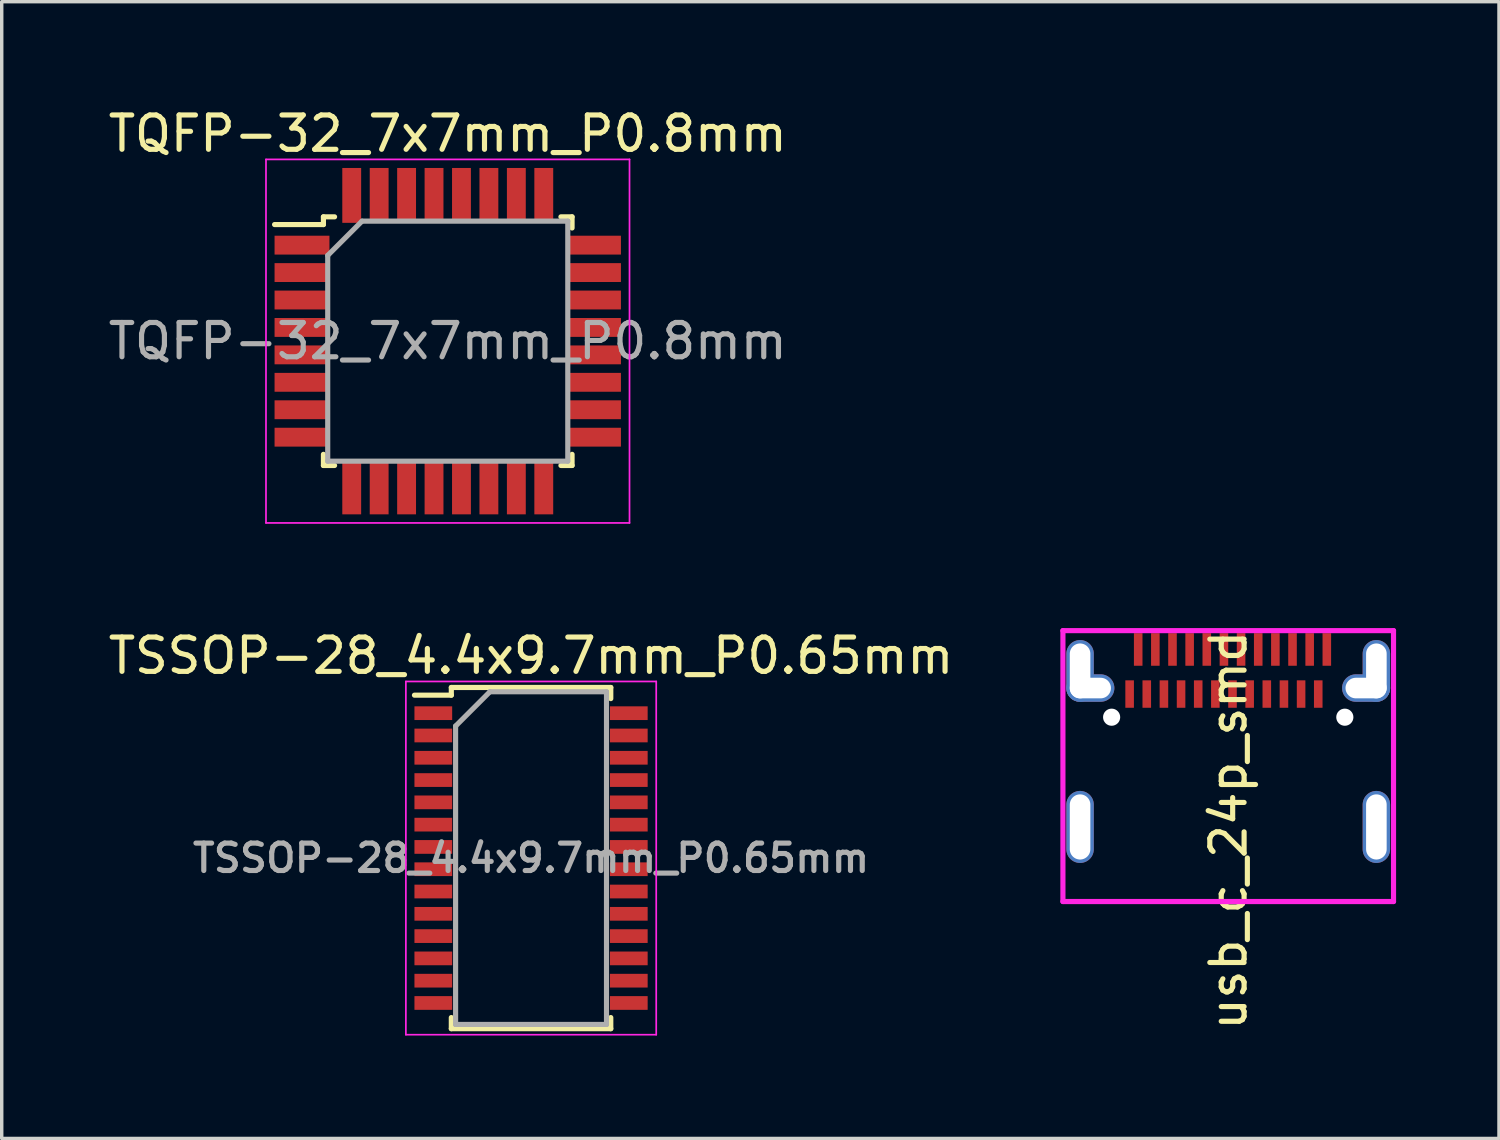
<source format=kicad_pcb>
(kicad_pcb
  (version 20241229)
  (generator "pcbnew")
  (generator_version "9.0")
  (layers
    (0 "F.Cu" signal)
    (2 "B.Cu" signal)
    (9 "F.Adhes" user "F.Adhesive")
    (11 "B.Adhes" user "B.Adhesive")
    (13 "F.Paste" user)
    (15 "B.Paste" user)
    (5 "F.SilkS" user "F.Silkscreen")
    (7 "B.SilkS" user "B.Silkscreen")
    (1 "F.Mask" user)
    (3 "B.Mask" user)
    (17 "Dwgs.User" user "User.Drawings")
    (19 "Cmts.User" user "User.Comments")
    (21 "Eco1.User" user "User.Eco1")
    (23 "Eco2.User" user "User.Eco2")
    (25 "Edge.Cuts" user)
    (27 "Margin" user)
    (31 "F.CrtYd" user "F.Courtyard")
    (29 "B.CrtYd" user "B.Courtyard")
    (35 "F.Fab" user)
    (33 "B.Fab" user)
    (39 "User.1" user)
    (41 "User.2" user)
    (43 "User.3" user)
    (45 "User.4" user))
  (footprint "TSSOP-28_4.4x9.7mm_P0.65mm"
    (layer "F.Cu")
    (at 12.435 21.971)
    (property "Reference" "TSSOP-28_4.4x9.7mm_P0.65mm" (at 0 -5.9 0) (layer "F.SilkS") (effects (font (size 1 1) (thickness 0.15))))
    (attr smd)
    (fp_line (start -2.325 -4.975) (end -2.325 -4.75) (stroke (width 0.15) (type solid)) (layer "F.SilkS"))
    (fp_line (start -2.325 -4.975) (end 2.325 -4.975) (stroke (width 0.15) (type solid)) (layer "F.SilkS"))
    (fp_line (start -2.325 -4.75) (end -3.4 -4.75) (stroke (width 0.15) (type solid)) (layer "F.SilkS"))
    (fp_line (start -2.325 4.975) (end -2.325 4.65) (stroke (width 0.15) (type solid)) (layer "F.SilkS"))
    (fp_line (start -2.325 4.975) (end 2.325 4.975) (stroke (width 0.15) (type solid)) (layer "F.SilkS"))
    (fp_line (start 2.325 -4.975) (end 2.325 -4.65) (stroke (width 0.15) (type solid)) (layer "F.SilkS"))
    (fp_line (start 2.325 4.975) (end 2.325 4.65) (stroke (width 0.15) (type solid)) (layer "F.SilkS"))
    (fp_line (start -3.65 -5.15) (end -3.65 5.15) (stroke (width 0.05) (type solid)) (layer "F.CrtYd"))
    (fp_line (start -3.65 -5.15) (end 3.65 -5.15) (stroke (width 0.05) (type solid)) (layer "F.CrtYd"))
    (fp_line (start -3.65 5.15) (end 3.65 5.15) (stroke (width 0.05) (type solid)) (layer "F.CrtYd"))
    (fp_line (start 3.65 -5.15) (end 3.65 5.15) (stroke (width 0.05) (type solid)) (layer "F.CrtYd"))
    (fp_line (start -2.2 -3.85) (end -1.2 -4.85) (stroke (width 0.15) (type solid)) (layer "F.Fab"))
    (fp_line (start -2.2 4.85) (end -2.2 -3.85) (stroke (width 0.15) (type solid)) (layer "F.Fab"))
    (fp_line (start -1.2 -4.85) (end 2.2 -4.85) (stroke (width 0.15) (type solid)) (layer "F.Fab"))
    (fp_line (start 2.2 -4.85) (end 2.2 4.85) (stroke (width 0.15) (type solid)) (layer "F.Fab"))
    (fp_line (start 2.2 4.85) (end -2.2 4.85) (stroke (width 0.15) (type solid)) (layer "F.Fab"))
    (fp_text user "${REFERENCE}" (at 0 0 0) (layer "F.Fab") (effects (font (size 0.8 0.8) (thickness 0.15))))
    (pad "1" smd rect (at -2.85 -4.225) (size 1.1 0.4) (layers "F.Cu" "F.Mask" "F.Paste"))
    (pad "2" smd rect (at -2.85 -3.575) (size 1.1 0.4) (layers "F.Cu" "F.Mask" "F.Paste"))
    (pad "3" smd rect (at -2.85 -2.925) (size 1.1 0.4) (layers "F.Cu" "F.Mask" "F.Paste"))
    (pad "4" smd rect (at -2.85 -2.275) (size 1.1 0.4) (layers "F.Cu" "F.Mask" "F.Paste"))
    (pad "5" smd rect (at -2.85 -1.625) (size 1.1 0.4) (layers "F.Cu" "F.Mask" "F.Paste"))
    (pad "6" smd rect (at -2.85 -0.975) (size 1.1 0.4) (layers "F.Cu" "F.Mask" "F.Paste"))
    (pad "7" smd rect (at -2.85 -0.325) (size 1.1 0.4) (layers "F.Cu" "F.Mask" "F.Paste"))
    (pad "8" smd rect (at -2.85 0.325) (size 1.1 0.4) (layers "F.Cu" "F.Mask" "F.Paste"))
    (pad "9" smd rect (at -2.85 0.975) (size 1.1 0.4) (layers "F.Cu" "F.Mask" "F.Paste"))
    (pad "10" smd rect (at -2.85 1.625) (size 1.1 0.4) (layers "F.Cu" "F.Mask" "F.Paste"))
    (pad "11" smd rect (at -2.85 2.275) (size 1.1 0.4) (layers "F.Cu" "F.Mask" "F.Paste"))
    (pad "12" smd rect (at -2.85 2.925) (size 1.1 0.4) (layers "F.Cu" "F.Mask" "F.Paste"))
    (pad "13" smd rect (at -2.85 3.575) (size 1.1 0.4) (layers "F.Cu" "F.Mask" "F.Paste"))
    (pad "14" smd rect (at -2.85 4.225) (size 1.1 0.4) (layers "F.Cu" "F.Mask" "F.Paste"))
    (pad "15" smd rect (at 2.85 4.225) (size 1.1 0.4) (layers "F.Cu" "F.Mask" "F.Paste"))
    (pad "16" smd rect (at 2.85 3.575) (size 1.1 0.4) (layers "F.Cu" "F.Mask" "F.Paste"))
    (pad "17" smd rect (at 2.85 2.925) (size 1.1 0.4) (layers "F.Cu" "F.Mask" "F.Paste"))
    (pad "18" smd rect (at 2.85 2.275) (size 1.1 0.4) (layers "F.Cu" "F.Mask" "F.Paste"))
    (pad "19" smd rect (at 2.85 1.625) (size 1.1 0.4) (layers "F.Cu" "F.Mask" "F.Paste"))
    (pad "20" smd rect (at 2.85 0.975) (size 1.1 0.4) (layers "F.Cu" "F.Mask" "F.Paste"))
    (pad "21" smd rect (at 2.85 0.325) (size 1.1 0.4) (layers "F.Cu" "F.Mask" "F.Paste"))
    (pad "22" smd rect (at 2.85 -0.325) (size 1.1 0.4) (layers "F.Cu" "F.Mask" "F.Paste"))
    (pad "23" smd rect (at 2.85 -0.975) (size 1.1 0.4) (layers "F.Cu" "F.Mask" "F.Paste"))
    (pad "24" smd rect (at 2.85 -1.625) (size 1.1 0.4) (layers "F.Cu" "F.Mask" "F.Paste"))
    (pad "25" smd rect (at 2.85 -2.275) (size 1.1 0.4) (layers "F.Cu" "F.Mask" "F.Paste"))
    (pad "26" smd rect (at 2.85 -2.925) (size 1.1 0.4) (layers "F.Cu" "F.Mask" "F.Paste"))
    (pad "27" smd rect (at 2.85 -3.575) (size 1.1 0.4) (layers "F.Cu" "F.Mask" "F.Paste"))
    (pad "28" smd rect (at 2.85 -4.225) (size 1.1 0.4) (layers "F.Cu" "F.Mask" "F.Paste")))
  (footprint "usb_c_24p_smd"
    (layer "F.Cu")
    (at 32.764 18.788)
    (property "Reference" "usb_c_24p_smd" (at 0.008 2.37 90) (layer "F.SilkS") (effects (font (size 1 1) (thickness 0.15))))
    (attr through_hole)
    (fp_line (start -4.82 -3.45) (end -4.82 4.45) (stroke (width 0.15) (type solid)) (layer "F.CrtYd"))
    (fp_line (start -4.82 -3.45) (end 4.82 -3.45) (stroke (width 0.15) (type solid)) (layer "F.CrtYd"))
    (fp_line (start -4.82 4.45) (end 4.82 4.45) (stroke (width 0.15) (type solid)) (layer "F.CrtYd"))
    (fp_line (start 4.82 -3.45) (end 4.82 4.45) (stroke (width 0.15) (type solid)) (layer "F.CrtYd"))
    (pad "" np_thru_hole circle (at -3.4 -0.925) (size 0.5 0.5) (drill 0.5) (layers "*.Cu" "*.Mask"))
    (pad "" np_thru_hole circle (at 3.4 -0.925) (size 0.5 0.5) (drill 0.5) (layers "*.Cu" "*.Mask"))
    (pad "A1" smd rect (at -2.625 -2.9) (size 0.25 0.95) (layers "F.Cu" "F.Mask" "F.Paste"))
    (pad "A2" smd rect (at -2.125 -2.9) (size 0.25 0.95) (layers "F.Cu" "F.Mask" "F.Paste"))
    (pad "A3" smd rect (at -1.625 -2.9) (size 0.25 0.95) (layers "F.Cu" "F.Mask" "F.Paste"))
    (pad "A4" smd rect (at -1.125 -2.9) (size 0.25 0.95) (layers "F.Cu" "F.Mask" "F.Paste"))
    (pad "A5" smd rect (at -0.625 -2.9) (size 0.25 0.95) (layers "F.Cu" "F.Mask" "F.Paste"))
    (pad "A6" smd rect (at -0.125 -2.9) (size 0.25 0.95) (layers "F.Cu" "F.Mask" "F.Paste"))
    (pad "A7" smd rect (at 0.375 -2.9) (size 0.25 0.95) (layers "F.Cu" "F.Mask" "F.Paste"))
    (pad "A8" smd rect (at 0.875 -2.9) (size 0.25 0.95) (layers "F.Cu" "F.Mask" "F.Paste"))
    (pad "A9" smd rect (at 1.375 -2.9) (size 0.25 0.95) (layers "F.Cu" "F.Mask" "F.Paste"))
    (pad "A10" smd rect (at 1.875 -2.9) (size 0.25 0.95) (layers "F.Cu" "F.Mask" "F.Paste"))
    (pad "A11" smd rect (at 2.375 -2.9) (size 0.25 0.95) (layers "F.Cu" "F.Mask" "F.Paste"))
    (pad "A12" smd rect (at 2.875 -2.9) (size 0.25 0.95) (layers "F.Cu" "F.Mask" "F.Paste"))
    (pad "B1" smd rect (at 2.625 -1.6) (size 0.25 0.8) (layers "F.Cu" "F.Mask" "F.Paste"))
    (pad "B2" smd rect (at 2.125 -1.6) (size 0.25 0.8) (layers "F.Cu" "F.Mask" "F.Paste"))
    (pad "B3" smd rect (at 1.625 -1.6) (size 0.25 0.8) (layers "F.Cu" "F.Mask" "F.Paste"))
    (pad "B4" smd rect (at 1.125 -1.6) (size 0.25 0.8) (layers "F.Cu" "F.Mask" "F.Paste"))
    (pad "B5" smd rect (at 0.625 -1.6) (size 0.25 0.8) (layers "F.Cu" "F.Mask" "F.Paste"))
    (pad "B6" smd rect (at 0.125 -1.6) (size 0.25 0.8) (layers "F.Cu" "F.Mask" "F.Paste"))
    (pad "B7" smd rect (at -0.375 -1.6) (size 0.25 0.8) (layers "F.Cu" "F.Mask" "F.Paste"))
    (pad "B8" smd rect (at -0.875 -1.6) (size 0.25 0.8) (layers "F.Cu" "F.Mask" "F.Paste"))
    (pad "B9" smd rect (at -1.375 -1.6) (size 0.25 0.8) (layers "F.Cu" "F.Mask" "F.Paste"))
    (pad "B10" smd rect (at -1.875 -1.6) (size 0.25 0.8) (layers "F.Cu" "F.Mask" "F.Paste"))
    (pad "B11" smd rect (at -2.375 -1.6) (size 0.25 0.8) (layers "F.Cu" "F.Mask" "F.Paste"))
    (pad "B12" smd rect (at -2.875 -1.6) (size 0.25 0.8) (layers "F.Cu" "F.Mask" "F.Paste"))
    (pad "s1" thru_hole oval (at -4.32 -2.275) (size 0.8 1.8) (drill oval 0.6 1.6) (layers "*.Cu" "*.Mask"))
    (pad "s1" thru_hole oval (at -4.32 2.275) (size 0.8 2.1) (drill oval 0.6 1.9) (layers "*.Cu" "*.Mask"))
    (pad "s1" thru_hole oval (at -4.02 -1.775) (size 1.4 0.8) (drill oval 1.2 0.6) (layers "*.Cu" "*.Mask"))
    (pad "s1" thru_hole oval (at 4.02 -1.775) (size 1.4 0.8) (drill oval 1.2 0.6) (layers "*.Cu" "*.Mask"))
    (pad "s1" thru_hole oval (at 4.32 -2.275) (size 0.8 1.8) (drill oval 0.6 1.6) (layers "*.Cu" "*.Mask"))
    (pad "s1" thru_hole oval (at 4.32 2.275) (size 0.8 2.1) (drill oval 0.6 1.9) (layers "*.Cu" "*.Mask")))
  (footprint "TQFP-32_7x7mm_P0.8mm"
    (layer "F.Cu")
    (at 10.006 6.898)
    (property "Reference" "TQFP-32_7x7mm_P0.8mm" (at 0 -6.05 0) (layer "F.SilkS") (effects (font (size 1 1) (thickness 0.15))))
    (attr smd)
    (fp_line (start -3.625 -3.625) (end -3.625 -3.4) (stroke (width 0.15) (type solid)) (layer "F.SilkS"))
    (fp_line (start -3.625 -3.625) (end -3.3 -3.625) (stroke (width 0.15) (type solid)) (layer "F.SilkS"))
    (fp_line (start -3.625 -3.4) (end -5.05 -3.4) (stroke (width 0.15) (type solid)) (layer "F.SilkS"))
    (fp_line (start -3.625 3.625) (end -3.625 3.3) (stroke (width 0.15) (type solid)) (layer "F.SilkS"))
    (fp_line (start -3.625 3.625) (end -3.3 3.625) (stroke (width 0.15) (type solid)) (layer "F.SilkS"))
    (fp_line (start 3.625 -3.625) (end 3.3 -3.625) (stroke (width 0.15) (type solid)) (layer "F.SilkS"))
    (fp_line (start 3.625 -3.625) (end 3.625 -3.3) (stroke (width 0.15) (type solid)) (layer "F.SilkS"))
    (fp_line (start 3.625 3.625) (end 3.3 3.625) (stroke (width 0.15) (type solid)) (layer "F.SilkS"))
    (fp_line (start 3.625 3.625) (end 3.625 3.3) (stroke (width 0.15) (type solid)) (layer "F.SilkS"))
    (fp_line (start -5.3 -5.3) (end -5.3 5.3) (stroke (width 0.05) (type solid)) (layer "F.CrtYd"))
    (fp_line (start -5.3 -5.3) (end 5.3 -5.3) (stroke (width 0.05) (type solid)) (layer "F.CrtYd"))
    (fp_line (start -5.3 5.3) (end 5.3 5.3) (stroke (width 0.05) (type solid)) (layer "F.CrtYd"))
    (fp_line (start 5.3 -5.3) (end 5.3 5.3) (stroke (width 0.05) (type solid)) (layer "F.CrtYd"))
    (fp_line (start -3.5 -2.5) (end -2.5 -3.5) (stroke (width 0.15) (type solid)) (layer "F.Fab"))
    (fp_line (start -3.5 3.5) (end -3.5 -2.5) (stroke (width 0.15) (type solid)) (layer "F.Fab"))
    (fp_line (start -2.5 -3.5) (end 3.5 -3.5) (stroke (width 0.15) (type solid)) (layer "F.Fab"))
    (fp_line (start 3.5 -3.5) (end 3.5 3.5) (stroke (width 0.15) (type solid)) (layer "F.Fab"))
    (fp_line (start 3.5 3.5) (end -3.5 3.5) (stroke (width 0.15) (type solid)) (layer "F.Fab"))
    (fp_text user "${REFERENCE}" (at 0 0 0) (layer "F.Fab") (effects (font (size 1 1) (thickness 0.15))))
    (pad "1" smd rect (at -4.25 -2.8) (size 1.6 0.55) (layers "F.Cu" "F.Mask" "F.Paste"))
    (pad "2" smd rect (at -4.25 -2) (size 1.6 0.55) (layers "F.Cu" "F.Mask" "F.Paste"))
    (pad "3" smd rect (at -4.25 -1.2) (size 1.6 0.55) (layers "F.Cu" "F.Mask" "F.Paste"))
    (pad "4" smd rect (at -4.25 -0.4) (size 1.6 0.55) (layers "F.Cu" "F.Mask" "F.Paste"))
    (pad "5" smd rect (at -4.25 0.4) (size 1.6 0.55) (layers "F.Cu" "F.Mask" "F.Paste"))
    (pad "6" smd rect (at -4.25 1.2) (size 1.6 0.55) (layers "F.Cu" "F.Mask" "F.Paste"))
    (pad "7" smd rect (at -4.25 2) (size 1.6 0.55) (layers "F.Cu" "F.Mask" "F.Paste"))
    (pad "8" smd rect (at -4.25 2.8) (size 1.6 0.55) (layers "F.Cu" "F.Mask" "F.Paste"))
    (pad "9" smd rect (at -2.8 4.25 90) (size 1.6 0.55) (layers "F.Cu" "F.Mask" "F.Paste"))
    (pad "10" smd rect (at -2 4.25 90) (size 1.6 0.55) (layers "F.Cu" "F.Mask" "F.Paste"))
    (pad "11" smd rect (at -1.2 4.25 90) (size 1.6 0.55) (layers "F.Cu" "F.Mask" "F.Paste"))
    (pad "12" smd rect (at -0.4 4.25 90) (size 1.6 0.55) (layers "F.Cu" "F.Mask" "F.Paste"))
    (pad "13" smd rect (at 0.4 4.25 90) (size 1.6 0.55) (layers "F.Cu" "F.Mask" "F.Paste"))
    (pad "14" smd rect (at 1.2 4.25 90) (size 1.6 0.55) (layers "F.Cu" "F.Mask" "F.Paste"))
    (pad "15" smd rect (at 2 4.25 90) (size 1.6 0.55) (layers "F.Cu" "F.Mask" "F.Paste"))
    (pad "16" smd rect (at 2.8 4.25 90) (size 1.6 0.55) (layers "F.Cu" "F.Mask" "F.Paste"))
    (pad "17" smd rect (at 4.25 2.8) (size 1.6 0.55) (layers "F.Cu" "F.Mask" "F.Paste"))
    (pad "18" smd rect (at 4.25 2) (size 1.6 0.55) (layers "F.Cu" "F.Mask" "F.Paste"))
    (pad "19" smd rect (at 4.25 1.2) (size 1.6 0.55) (layers "F.Cu" "F.Mask" "F.Paste"))
    (pad "20" smd rect (at 4.25 0.4) (size 1.6 0.55) (layers "F.Cu" "F.Mask" "F.Paste"))
    (pad "21" smd rect (at 4.25 -0.4) (size 1.6 0.55) (layers "F.Cu" "F.Mask" "F.Paste"))
    (pad "22" smd rect (at 4.25 -1.2) (size 1.6 0.55) (layers "F.Cu" "F.Mask" "F.Paste"))
    (pad "23" smd rect (at 4.25 -2) (size 1.6 0.55) (layers "F.Cu" "F.Mask" "F.Paste"))
    (pad "24" smd rect (at 4.25 -2.8) (size 1.6 0.55) (layers "F.Cu" "F.Mask" "F.Paste"))
    (pad "25" smd rect (at 2.8 -4.25 90) (size 1.6 0.55) (layers "F.Cu" "F.Mask" "F.Paste"))
    (pad "26" smd rect (at 2 -4.25 90) (size 1.6 0.55) (layers "F.Cu" "F.Mask" "F.Paste"))
    (pad "27" smd rect (at 1.2 -4.25 90) (size 1.6 0.55) (layers "F.Cu" "F.Mask" "F.Paste"))
    (pad "28" smd rect (at 0.4 -4.25 90) (size 1.6 0.55) (layers "F.Cu" "F.Mask" "F.Paste"))
    (pad "29" smd rect (at -0.4 -4.25 90) (size 1.6 0.55) (layers "F.Cu" "F.Mask" "F.Paste"))
    (pad "30" smd rect (at -1.2 -4.25 90) (size 1.6 0.55) (layers "F.Cu" "F.Mask" "F.Paste"))
    (pad "31" smd rect (at -2 -4.25 90) (size 1.6 0.55) (layers "F.Cu" "F.Mask" "F.Paste"))
    (pad "32" smd rect (at -2.8 -4.25 90) (size 1.6 0.55) (layers "F.Cu" "F.Mask" "F.Paste")))
  (gr_rect
    (start -3 -3)
    (end 40.659 30.146)
    (stroke (width 0.1) (type default))
    (fill no)
    (layer "Edge.Cuts")))
</source>
